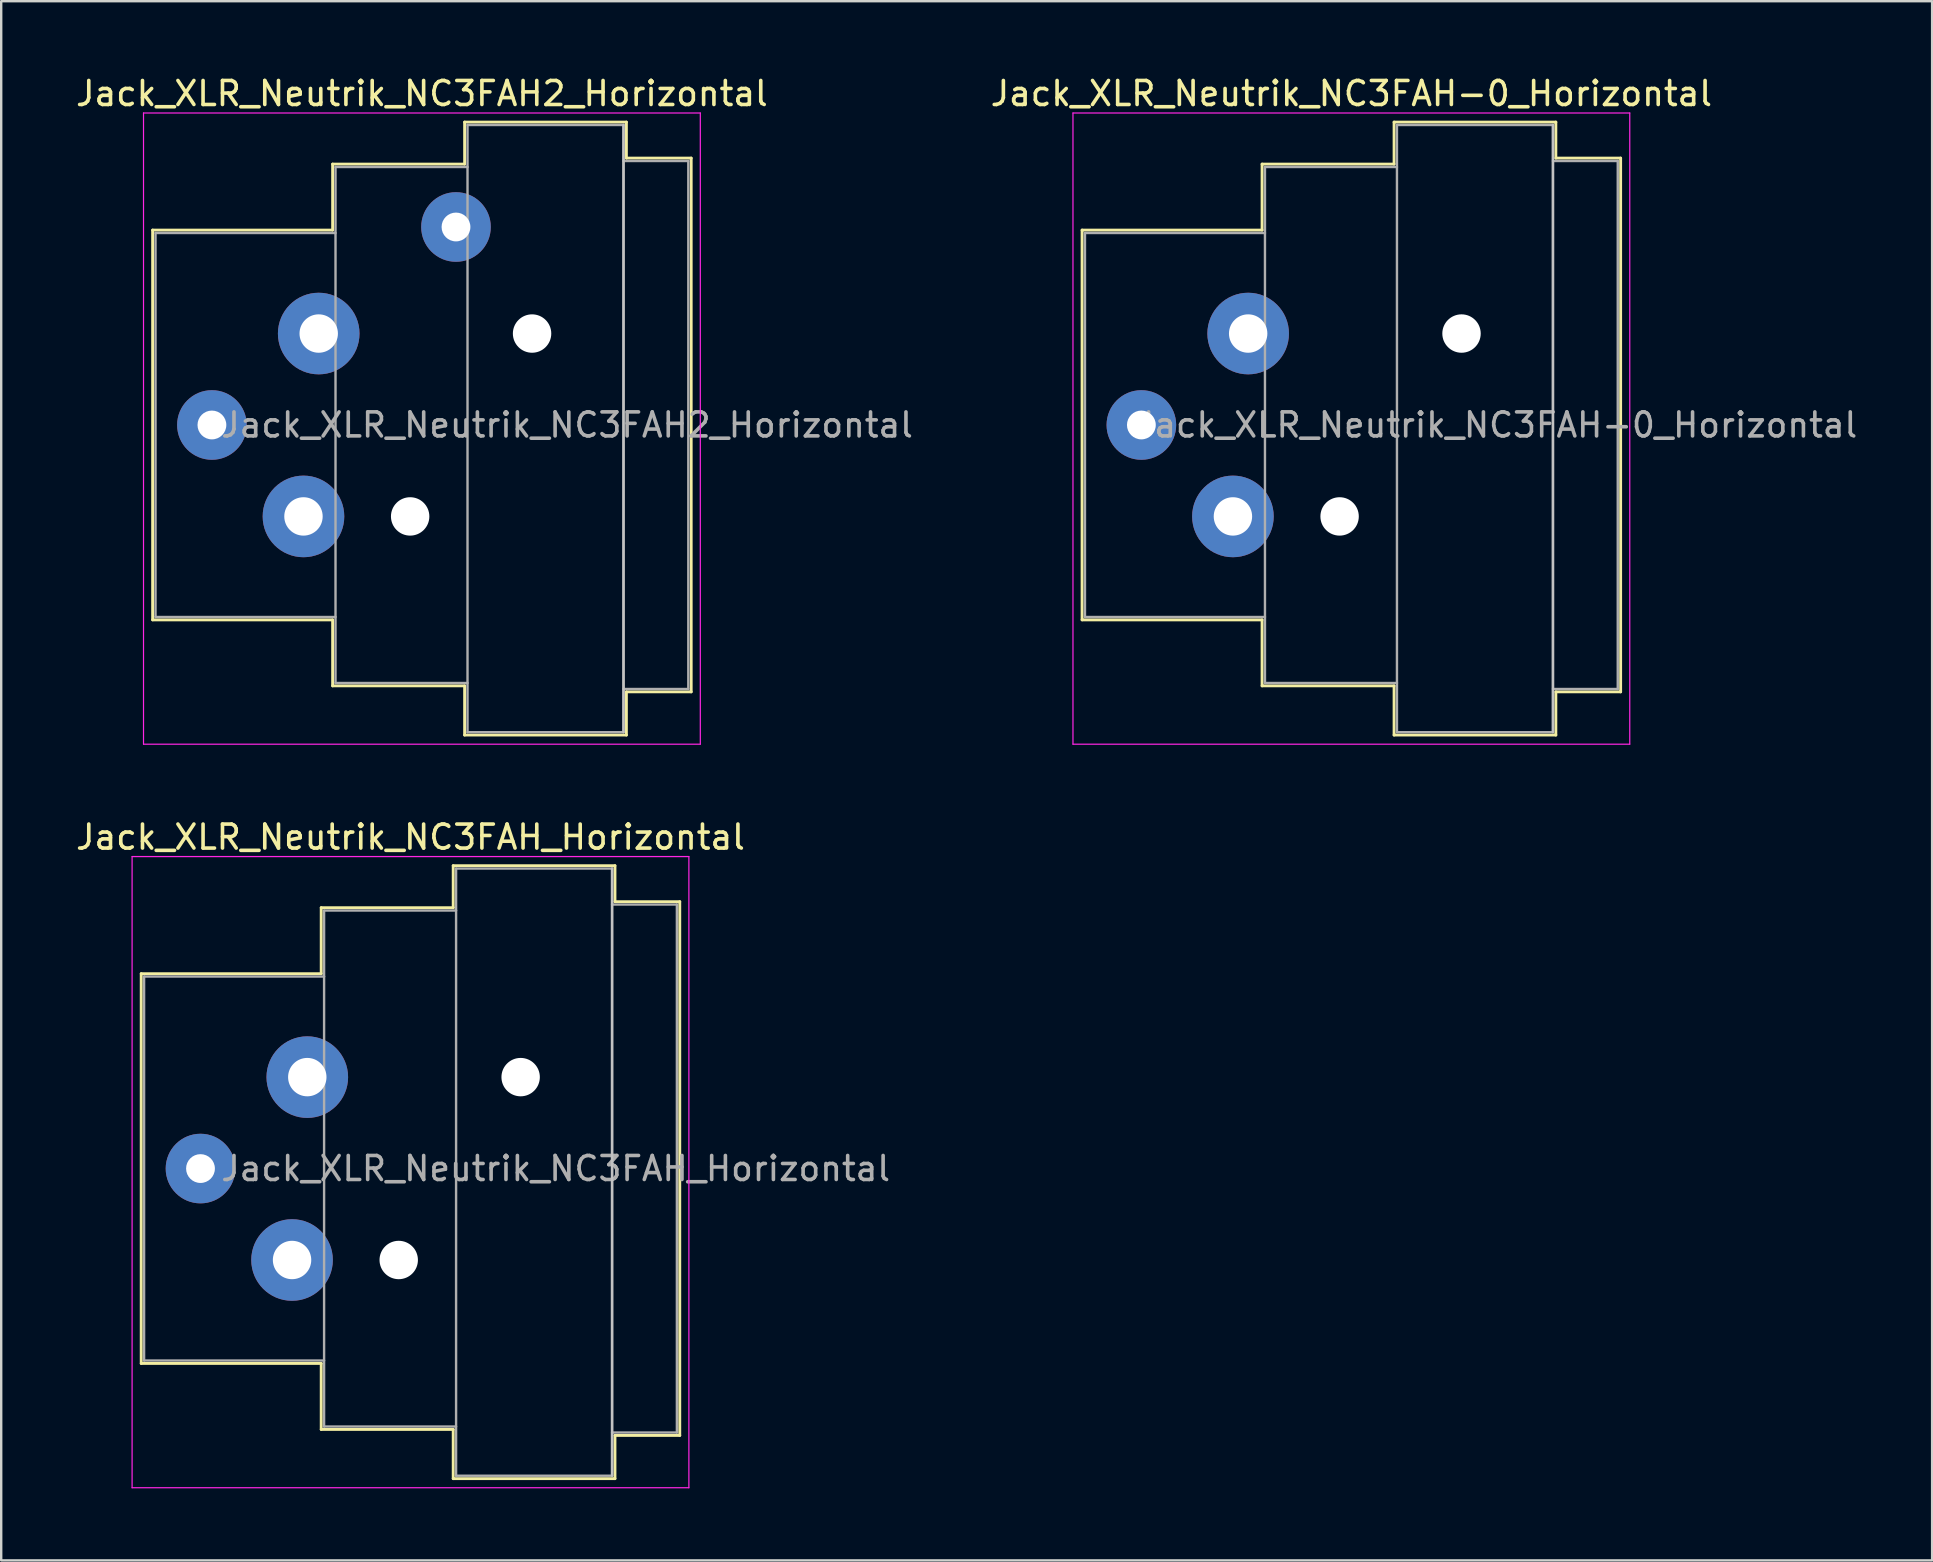
<source format=kicad_pcb>
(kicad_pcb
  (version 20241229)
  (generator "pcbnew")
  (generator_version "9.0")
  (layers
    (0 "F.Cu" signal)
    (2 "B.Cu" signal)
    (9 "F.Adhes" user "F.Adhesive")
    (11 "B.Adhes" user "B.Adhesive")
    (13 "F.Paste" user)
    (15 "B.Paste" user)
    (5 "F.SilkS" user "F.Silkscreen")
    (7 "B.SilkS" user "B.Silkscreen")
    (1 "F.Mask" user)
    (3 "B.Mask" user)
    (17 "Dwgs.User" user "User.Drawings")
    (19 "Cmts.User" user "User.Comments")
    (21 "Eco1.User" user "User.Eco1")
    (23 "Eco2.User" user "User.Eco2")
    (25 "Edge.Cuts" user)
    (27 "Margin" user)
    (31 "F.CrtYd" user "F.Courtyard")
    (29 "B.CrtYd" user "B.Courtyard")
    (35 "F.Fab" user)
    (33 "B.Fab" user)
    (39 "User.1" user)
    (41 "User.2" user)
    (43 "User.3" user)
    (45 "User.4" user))
  (footprint "Jack_XLR_Neutrik_NC3FAH_Horizontal"
    (layer "F.Cu")
    (at 9.754 41.831)
    (property "Reference" "Jack_XLR_Neutrik_NC3FAH_Horizontal" (at 4.3 -10 0) (layer "F.SilkS") (effects (font (size 1 1) (thickness 0.15))))
    (attr through_hole)
    (fp_line (start -6.92 -4.31) (end -6.92 11.93) (stroke (width 0.12) (type solid)) (layer "F.SilkS"))
    (fp_line (start 0.58 -7.06) (end 0.58 -4.31) (stroke (width 0.12) (type solid)) (layer "F.SilkS"))
    (fp_line (start 0.58 -4.31) (end -6.92 -4.31) (stroke (width 0.12) (type solid)) (layer "F.SilkS"))
    (fp_line (start 0.58 11.93) (end -6.92 11.93) (stroke (width 0.12) (type solid)) (layer "F.SilkS"))
    (fp_line (start 0.58 11.93) (end 0.58 14.68) (stroke (width 0.12) (type solid)) (layer "F.SilkS"))
    (fp_line (start 6.08 -7.06) (end 0.58 -7.06) (stroke (width 0.12) (type solid)) (layer "F.SilkS"))
    (fp_line (start 6.08 -7.06) (end 6.08 -8.81) (stroke (width 0.12) (type solid)) (layer "F.SilkS"))
    (fp_line (start 6.08 14.68) (end 0.58 14.68) (stroke (width 0.12) (type solid)) (layer "F.SilkS"))
    (fp_line (start 6.08 16.73) (end 6.08 14.68) (stroke (width 0.12) (type solid)) (layer "F.SilkS"))
    (fp_line (start 12.82 -8.81) (end 6.08 -8.81) (stroke (width 0.12) (type solid)) (layer "F.SilkS"))
    (fp_line (start 12.82 -8.81) (end 12.82 -7.31) (stroke (width 0.12) (type solid)) (layer "F.SilkS"))
    (fp_line (start 12.82 -7.31) (end 15.52 -7.31) (stroke (width 0.12) (type solid)) (layer "F.SilkS"))
    (fp_line (start 12.82 14.93) (end 12.82 16.73) (stroke (width 0.12) (type solid)) (layer "F.SilkS"))
    (fp_line (start 12.82 14.93) (end 15.52 14.93) (stroke (width 0.12) (type solid)) (layer "F.SilkS"))
    (fp_line (start 12.82 16.73) (end 6.08 16.73) (stroke (width 0.12) (type solid)) (layer "F.SilkS"))
    (fp_line (start 15.52 -7.31) (end 15.52 14.93) (stroke (width 0.12) (type solid)) (layer "F.SilkS"))
    (fp_line (start 12.7 -8.69) (end 12.7 16.61) (stroke (width 0.1) (type solid)) (layer "Dwgs.User"))
    (fp_line (start -7.3 -9.19) (end -7.3 17.11) (stroke (width 0.05) (type solid)) (layer "F.CrtYd"))
    (fp_line (start 15.9 -9.19) (end -7.3 -9.19) (stroke (width 0.05) (type solid)) (layer "F.CrtYd"))
    (fp_line (start 15.9 -9.19) (end 15.9 17.11) (stroke (width 0.05) (type solid)) (layer "F.CrtYd"))
    (fp_line (start 15.9 17.11) (end -7.3 17.11) (stroke (width 0.05) (type solid)) (layer "F.CrtYd"))
    (fp_line (start -6.8 -4.19) (end -6.8 11.81) (stroke (width 0.1) (type solid)) (layer "F.Fab"))
    (fp_line (start -6.8 11.81) (end 0.7 11.81) (stroke (width 0.1) (type solid)) (layer "F.Fab"))
    (fp_line (start 0.7 -6.94) (end 0.7 14.56) (stroke (width 0.1) (type solid)) (layer "F.Fab"))
    (fp_line (start 0.7 -4.19) (end -6.8 -4.19) (stroke (width 0.1) (type solid)) (layer "F.Fab"))
    (fp_line (start 0.7 14.56) (end 6.2 14.56) (stroke (width 0.1) (type solid)) (layer "F.Fab"))
    (fp_line (start 6.2 -8.69) (end 12.7 -8.69) (stroke (width 0.1) (type solid)) (layer "F.Fab"))
    (fp_line (start 6.2 -6.94) (end 0.7 -6.94) (stroke (width 0.1) (type solid)) (layer "F.Fab"))
    (fp_line (start 6.2 16.61) (end 6.2 -8.69) (stroke (width 0.1) (type solid)) (layer "F.Fab"))
    (fp_line (start 12.7 -8.69) (end 12.7 16.61) (stroke (width 0.1) (type solid)) (layer "F.Fab"))
    (fp_line (start 12.7 -7.19) (end 15.4 -7.19) (stroke (width 0.1) (type solid)) (layer "F.Fab"))
    (fp_line (start 12.7 16.61) (end 6.2 16.61) (stroke (width 0.1) (type solid)) (layer "F.Fab"))
    (fp_line (start 15.4 -7.19) (end 15.4 14.81) (stroke (width 0.1) (type solid)) (layer "F.Fab"))
    (fp_line (start 15.4 14.81) (end 12.7 14.81) (stroke (width 0.1) (type solid)) (layer "F.Fab"))
    (fp_text user "${REFERENCE}" (at 10.35 3.81 0) (layer "F.Fab") (effects (font (size 1 1) (thickness 0.15))))
    (pad "" np_thru_hole circle (at 3.81 7.62) (size 1.6 1.6) (drill 1.6) (layers "*.Cu" "*.Mask"))
    (pad "" np_thru_hole circle (at 8.89 0) (size 1.6 1.6) (drill 1.6) (layers "*.Cu" "*.Mask"))
    (pad "1" thru_hole circle (at 0 0) (size 3.4 3.4) (drill 1.6) (layers "*.Cu" "*.Mask"))
    (pad "2" thru_hole circle (at -0.635 7.62) (size 3.4 3.4) (drill 1.6) (layers "*.Cu" "*.Mask"))
    (pad "3" thru_hole circle (at -4.45 3.81) (size 2.9 2.9) (drill 1.2) (layers "*.Cu" "*.Mask")))
  (footprint "Jack_XLR_Neutrik_NC3FAH-0_Horizontal"
    (layer "F.Cu")
    (at 48.958 10.848)
    (property "Reference" "Jack_XLR_Neutrik_NC3FAH-0_Horizontal" (at 4.3 -10 0) (layer "F.SilkS") (effects (font (size 1 1) (thickness 0.15))))
    (attr through_hole)
    (fp_line (start -6.92 -4.31) (end -6.92 11.93) (stroke (width 0.12) (type solid)) (layer "F.SilkS"))
    (fp_line (start 0.58 -7.06) (end 0.58 -4.31) (stroke (width 0.12) (type solid)) (layer "F.SilkS"))
    (fp_line (start 0.58 -4.31) (end -6.92 -4.31) (stroke (width 0.12) (type solid)) (layer "F.SilkS"))
    (fp_line (start 0.58 11.93) (end -6.92 11.93) (stroke (width 0.12) (type solid)) (layer "F.SilkS"))
    (fp_line (start 0.58 11.93) (end 0.58 14.68) (stroke (width 0.12) (type solid)) (layer "F.SilkS"))
    (fp_line (start 6.08 -7.06) (end 0.58 -7.06) (stroke (width 0.12) (type solid)) (layer "F.SilkS"))
    (fp_line (start 6.08 -7.06) (end 6.08 -8.81) (stroke (width 0.12) (type solid)) (layer "F.SilkS"))
    (fp_line (start 6.08 14.68) (end 0.58 14.68) (stroke (width 0.12) (type solid)) (layer "F.SilkS"))
    (fp_line (start 6.08 16.73) (end 6.08 14.68) (stroke (width 0.12) (type solid)) (layer "F.SilkS"))
    (fp_line (start 12.82 -8.81) (end 6.08 -8.81) (stroke (width 0.12) (type solid)) (layer "F.SilkS"))
    (fp_line (start 12.82 -8.81) (end 12.82 -7.31) (stroke (width 0.12) (type solid)) (layer "F.SilkS"))
    (fp_line (start 12.82 -7.31) (end 15.52 -7.31) (stroke (width 0.12) (type solid)) (layer "F.SilkS"))
    (fp_line (start 12.82 14.93) (end 12.82 16.73) (stroke (width 0.12) (type solid)) (layer "F.SilkS"))
    (fp_line (start 12.82 14.93) (end 15.52 14.93) (stroke (width 0.12) (type solid)) (layer "F.SilkS"))
    (fp_line (start 12.82 16.73) (end 6.08 16.73) (stroke (width 0.12) (type solid)) (layer "F.SilkS"))
    (fp_line (start 15.52 -7.31) (end 15.52 14.93) (stroke (width 0.12) (type solid)) (layer "F.SilkS"))
    (fp_line (start 12.7 -8.69) (end 12.7 16.61) (stroke (width 0.1) (type solid)) (layer "Dwgs.User"))
    (fp_line (start -7.3 -9.19) (end -7.3 17.11) (stroke (width 0.05) (type solid)) (layer "F.CrtYd"))
    (fp_line (start 15.9 -9.19) (end -7.3 -9.19) (stroke (width 0.05) (type solid)) (layer "F.CrtYd"))
    (fp_line (start 15.9 -9.19) (end 15.9 17.11) (stroke (width 0.05) (type solid)) (layer "F.CrtYd"))
    (fp_line (start 15.9 17.11) (end -7.3 17.11) (stroke (width 0.05) (type solid)) (layer "F.CrtYd"))
    (fp_line (start -6.8 -4.19) (end -6.8 11.81) (stroke (width 0.1) (type solid)) (layer "F.Fab"))
    (fp_line (start -6.8 11.81) (end 0.7 11.81) (stroke (width 0.1) (type solid)) (layer "F.Fab"))
    (fp_line (start 0.7 -6.94) (end 0.7 14.56) (stroke (width 0.1) (type solid)) (layer "F.Fab"))
    (fp_line (start 0.7 -4.19) (end -6.8 -4.19) (stroke (width 0.1) (type solid)) (layer "F.Fab"))
    (fp_line (start 0.7 14.56) (end 6.2 14.56) (stroke (width 0.1) (type solid)) (layer "F.Fab"))
    (fp_line (start 6.2 -8.69) (end 12.7 -8.69) (stroke (width 0.1) (type solid)) (layer "F.Fab"))
    (fp_line (start 6.2 -6.94) (end 0.7 -6.94) (stroke (width 0.1) (type solid)) (layer "F.Fab"))
    (fp_line (start 6.2 16.61) (end 6.2 -8.69) (stroke (width 0.1) (type solid)) (layer "F.Fab"))
    (fp_line (start 12.7 -8.69) (end 12.7 16.61) (stroke (width 0.1) (type solid)) (layer "F.Fab"))
    (fp_line (start 12.7 -7.19) (end 15.4 -7.19) (stroke (width 0.1) (type solid)) (layer "F.Fab"))
    (fp_line (start 12.7 16.61) (end 6.2 16.61) (stroke (width 0.1) (type solid)) (layer "F.Fab"))
    (fp_line (start 15.4 -7.19) (end 15.4 14.81) (stroke (width 0.1) (type solid)) (layer "F.Fab"))
    (fp_line (start 15.4 14.81) (end 12.7 14.81) (stroke (width 0.1) (type solid)) (layer "F.Fab"))
    (fp_text user "${REFERENCE}" (at 10.35 3.81 0) (layer "F.Fab") (effects (font (size 1 1) (thickness 0.15))))
    (pad "" np_thru_hole circle (at 3.81 7.62) (size 1.6 1.6) (drill 1.6) (layers "*.Cu" "*.Mask"))
    (pad "" np_thru_hole circle (at 8.89 0) (size 1.6 1.6) (drill 1.6) (layers "*.Cu" "*.Mask"))
    (pad "1" thru_hole circle (at 0 0) (size 3.4 3.4) (drill 1.6) (layers "*.Cu" "*.Mask"))
    (pad "2" thru_hole circle (at -0.635 7.62) (size 3.4 3.4) (drill 1.6) (layers "*.Cu" "*.Mask"))
    (pad "3" thru_hole circle (at -4.45 3.81) (size 2.9 2.9) (drill 1.2) (layers "*.Cu" "*.Mask")))
  (footprint "Jack_XLR_Neutrik_NC3FAH2_Horizontal"
    (layer "F.Cu")
    (at 10.23 10.848)
    (property "Reference" "Jack_XLR_Neutrik_NC3FAH2_Horizontal" (at 4.3 -10 0) (layer "F.SilkS") (effects (font (size 1 1) (thickness 0.15))))
    (attr through_hole)
    (fp_line (start -6.92 -4.31) (end -6.92 11.93) (stroke (width 0.12) (type solid)) (layer "F.SilkS"))
    (fp_line (start 0.58 -7.06) (end 0.58 -4.31) (stroke (width 0.12) (type solid)) (layer "F.SilkS"))
    (fp_line (start 0.58 -4.31) (end -6.92 -4.31) (stroke (width 0.12) (type solid)) (layer "F.SilkS"))
    (fp_line (start 0.58 11.93) (end -6.92 11.93) (stroke (width 0.12) (type solid)) (layer "F.SilkS"))
    (fp_line (start 0.58 11.93) (end 0.58 14.68) (stroke (width 0.12) (type solid)) (layer "F.SilkS"))
    (fp_line (start 6.08 -7.06) (end 0.58 -7.06) (stroke (width 0.12) (type solid)) (layer "F.SilkS"))
    (fp_line (start 6.08 -7.06) (end 6.08 -8.81) (stroke (width 0.12) (type solid)) (layer "F.SilkS"))
    (fp_line (start 6.08 14.68) (end 0.58 14.68) (stroke (width 0.12) (type solid)) (layer "F.SilkS"))
    (fp_line (start 6.08 16.73) (end 6.08 14.68) (stroke (width 0.12) (type solid)) (layer "F.SilkS"))
    (fp_line (start 12.82 -8.81) (end 6.08 -8.81) (stroke (width 0.12) (type solid)) (layer "F.SilkS"))
    (fp_line (start 12.82 -8.81) (end 12.82 -7.31) (stroke (width 0.12) (type solid)) (layer "F.SilkS"))
    (fp_line (start 12.82 -7.31) (end 15.52 -7.31) (stroke (width 0.12) (type solid)) (layer "F.SilkS"))
    (fp_line (start 12.82 14.93) (end 12.82 16.73) (stroke (width 0.12) (type solid)) (layer "F.SilkS"))
    (fp_line (start 12.82 14.93) (end 15.52 14.93) (stroke (width 0.12) (type solid)) (layer "F.SilkS"))
    (fp_line (start 12.82 16.73) (end 6.08 16.73) (stroke (width 0.12) (type solid)) (layer "F.SilkS"))
    (fp_line (start 15.52 -7.31) (end 15.52 14.93) (stroke (width 0.12) (type solid)) (layer "F.SilkS"))
    (fp_line (start 12.7 -8.69) (end 12.7 16.61) (stroke (width 0.1) (type solid)) (layer "Dwgs.User"))
    (fp_line (start -7.3 -9.19) (end -7.3 17.11) (stroke (width 0.05) (type solid)) (layer "F.CrtYd"))
    (fp_line (start 15.9 -9.19) (end -7.3 -9.19) (stroke (width 0.05) (type solid)) (layer "F.CrtYd"))
    (fp_line (start 15.9 -9.19) (end 15.9 17.11) (stroke (width 0.05) (type solid)) (layer "F.CrtYd"))
    (fp_line (start 15.9 17.11) (end -7.3 17.11) (stroke (width 0.05) (type solid)) (layer "F.CrtYd"))
    (fp_line (start -6.8 -4.19) (end -6.8 11.81) (stroke (width 0.1) (type solid)) (layer "F.Fab"))
    (fp_line (start -6.8 11.81) (end 0.7 11.81) (stroke (width 0.1) (type solid)) (layer "F.Fab"))
    (fp_line (start 0.7 -6.94) (end 0.7 14.56) (stroke (width 0.1) (type solid)) (layer "F.Fab"))
    (fp_line (start 0.7 -4.19) (end -6.8 -4.19) (stroke (width 0.1) (type solid)) (layer "F.Fab"))
    (fp_line (start 0.7 14.56) (end 6.2 14.56) (stroke (width 0.1) (type solid)) (layer "F.Fab"))
    (fp_line (start 6.2 -8.69) (end 12.7 -8.69) (stroke (width 0.1) (type solid)) (layer "F.Fab"))
    (fp_line (start 6.2 -6.94) (end 0.7 -6.94) (stroke (width 0.1) (type solid)) (layer "F.Fab"))
    (fp_line (start 6.2 16.61) (end 6.2 -8.69) (stroke (width 0.1) (type solid)) (layer "F.Fab"))
    (fp_line (start 12.7 -8.69) (end 12.7 16.61) (stroke (width 0.1) (type solid)) (layer "F.Fab"))
    (fp_line (start 12.7 -7.19) (end 15.4 -7.19) (stroke (width 0.1) (type solid)) (layer "F.Fab"))
    (fp_line (start 12.7 16.61) (end 6.2 16.61) (stroke (width 0.1) (type solid)) (layer "F.Fab"))
    (fp_line (start 15.4 -7.19) (end 15.4 14.81) (stroke (width 0.1) (type solid)) (layer "F.Fab"))
    (fp_line (start 15.4 14.81) (end 12.7 14.81) (stroke (width 0.1) (type solid)) (layer "F.Fab"))
    (fp_text user "${REFERENCE}" (at 10.35 3.81 0) (layer "F.Fab") (effects (font (size 1 1) (thickness 0.15))))
    (pad "" np_thru_hole circle (at 3.81 7.62) (size 1.6 1.6) (drill 1.6) (layers "*.Cu" "*.Mask"))
    (pad "" np_thru_hole circle (at 8.89 0) (size 1.6 1.6) (drill 1.6) (layers "*.Cu" "*.Mask"))
    (pad "1" thru_hole circle (at 0 0) (size 3.4 3.4) (drill 1.6) (layers "*.Cu" "*.Mask"))
    (pad "2" thru_hole circle (at -0.635 7.62) (size 3.4 3.4) (drill 1.6) (layers "*.Cu" "*.Mask"))
    (pad "3" thru_hole circle (at -4.45 3.81) (size 2.9 2.9) (drill 1.2) (layers "*.Cu" "*.Mask"))
    (pad "G" thru_hole circle (at 5.72 -4.44) (size 2.9 2.9) (drill 1.2) (layers "*.Cu" "*.Mask")))
  (gr_rect
    (start -3 -3)
    (end 77.457 61.967)
    (stroke (width 0.1) (type default))
    (fill no)
    (layer "Edge.Cuts")))
</source>
